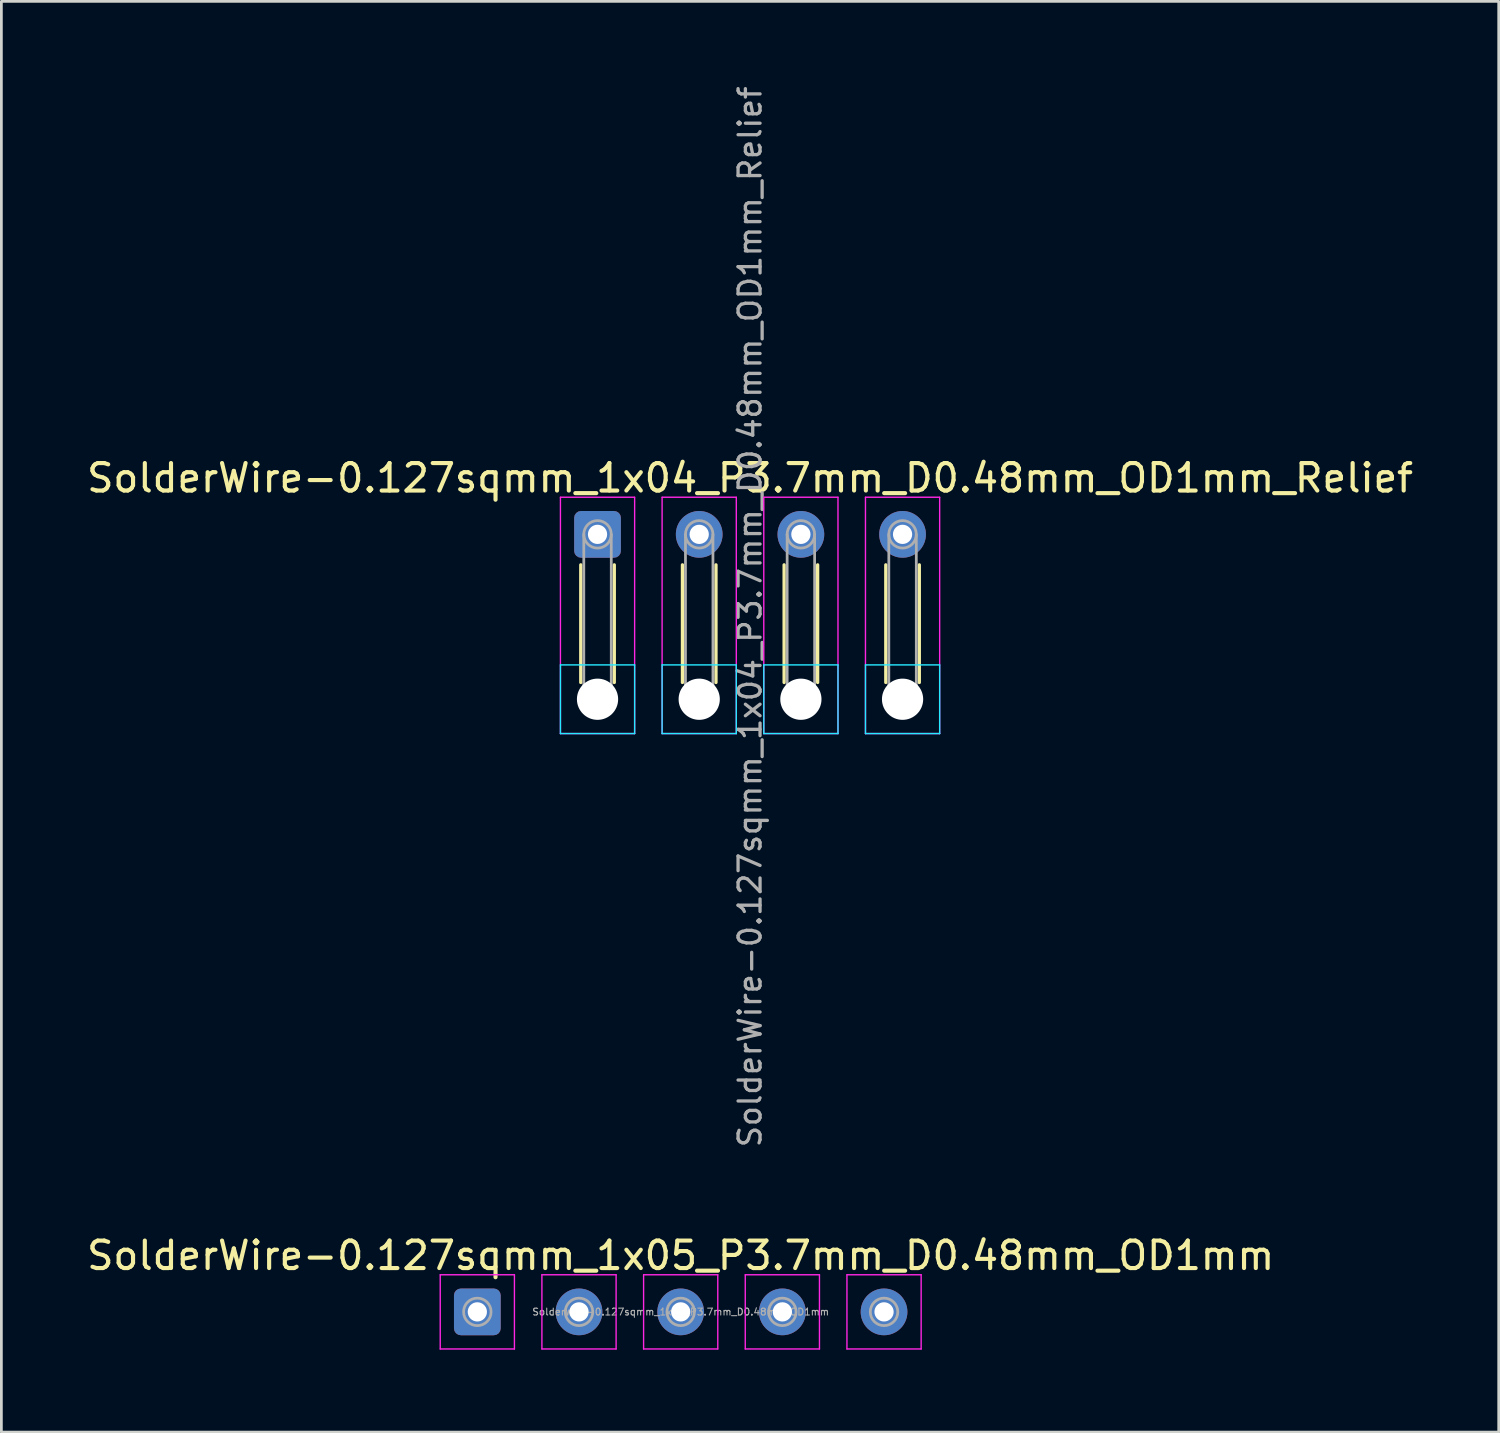
<source format=kicad_pcb>
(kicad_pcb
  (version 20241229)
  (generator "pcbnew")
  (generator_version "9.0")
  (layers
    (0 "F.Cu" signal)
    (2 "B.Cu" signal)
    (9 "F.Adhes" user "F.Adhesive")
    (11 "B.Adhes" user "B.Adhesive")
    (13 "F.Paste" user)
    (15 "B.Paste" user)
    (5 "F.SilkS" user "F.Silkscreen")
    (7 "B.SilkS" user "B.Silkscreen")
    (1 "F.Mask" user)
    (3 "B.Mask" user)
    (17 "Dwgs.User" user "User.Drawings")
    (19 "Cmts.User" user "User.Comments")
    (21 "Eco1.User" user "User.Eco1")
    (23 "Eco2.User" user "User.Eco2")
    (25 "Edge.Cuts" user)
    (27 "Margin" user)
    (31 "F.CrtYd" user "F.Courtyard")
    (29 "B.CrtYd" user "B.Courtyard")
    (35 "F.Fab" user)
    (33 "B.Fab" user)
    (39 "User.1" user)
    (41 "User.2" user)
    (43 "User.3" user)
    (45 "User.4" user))
  (footprint "SolderWire-0.127sqmm_1x04_P3.7mm_D0.48mm_OD1mm_Relief"
    (layer "F.Cu")
    (at 18.694 16.395)
    (property "Reference" "SolderWire-0.127sqmm_1x04_P3.7mm_D0.48mm_OD1mm_Relief" (at 5.55 -2.05 0) (layer "F.SilkS") (effects (font (size 1 1) (thickness 0.15))))
    (attr exclude_from_pos_files exclude_from_bom)
    (fp_line (start -0.61 1.11) (end -0.61 5.39) (stroke (width 0.12) (type solid)) (layer "F.SilkS"))
    (fp_line (start 0.61 1.11) (end 0.61 5.39) (stroke (width 0.12) (type solid)) (layer "F.SilkS"))
    (fp_line (start 3.09 1.11) (end 3.09 5.39) (stroke (width 0.12) (type solid)) (layer "F.SilkS"))
    (fp_line (start 4.31 1.11) (end 4.31 5.39) (stroke (width 0.12) (type solid)) (layer "F.SilkS"))
    (fp_line (start 6.79 1.11) (end 6.79 5.39) (stroke (width 0.12) (type solid)) (layer "F.SilkS"))
    (fp_line (start 8.01 1.11) (end 8.01 5.39) (stroke (width 0.12) (type solid)) (layer "F.SilkS"))
    (fp_line (start 10.49 1.11) (end 10.49 5.39) (stroke (width 0.12) (type solid)) (layer "F.SilkS"))
    (fp_line (start 11.71 1.11) (end 11.71 5.39) (stroke (width 0.12) (type solid)) (layer "F.SilkS"))
    (fp_line (start -1.35 4.75) (end -1.35 7.25) (stroke (width 0.05) (type solid)) (layer "B.CrtYd"))
    (fp_line (start -1.35 7.25) (end 1.35 7.25) (stroke (width 0.05) (type solid)) (layer "B.CrtYd"))
    (fp_line (start 1.35 4.75) (end -1.35 4.75) (stroke (width 0.05) (type solid)) (layer "B.CrtYd"))
    (fp_line (start 1.35 7.25) (end 1.35 4.75) (stroke (width 0.05) (type solid)) (layer "B.CrtYd"))
    (fp_line (start 2.35 4.75) (end 2.35 7.25) (stroke (width 0.05) (type solid)) (layer "B.CrtYd"))
    (fp_line (start 2.35 7.25) (end 5.05 7.25) (stroke (width 0.05) (type solid)) (layer "B.CrtYd"))
    (fp_line (start 5.05 4.75) (end 2.35 4.75) (stroke (width 0.05) (type solid)) (layer "B.CrtYd"))
    (fp_line (start 5.05 7.25) (end 5.05 4.75) (stroke (width 0.05) (type solid)) (layer "B.CrtYd"))
    (fp_line (start 6.05 4.75) (end 6.05 7.25) (stroke (width 0.05) (type solid)) (layer "B.CrtYd"))
    (fp_line (start 6.05 7.25) (end 8.75 7.25) (stroke (width 0.05) (type solid)) (layer "B.CrtYd"))
    (fp_line (start 8.75 4.75) (end 6.05 4.75) (stroke (width 0.05) (type solid)) (layer "B.CrtYd"))
    (fp_line (start 8.75 7.25) (end 8.75 4.75) (stroke (width 0.05) (type solid)) (layer "B.CrtYd"))
    (fp_line (start 9.75 4.75) (end 9.75 7.25) (stroke (width 0.05) (type solid)) (layer "B.CrtYd"))
    (fp_line (start 9.75 7.25) (end 12.45 7.25) (stroke (width 0.05) (type solid)) (layer "B.CrtYd"))
    (fp_line (start 12.45 4.75) (end 9.75 4.75) (stroke (width 0.05) (type solid)) (layer "B.CrtYd"))
    (fp_line (start 12.45 7.25) (end 12.45 4.75) (stroke (width 0.05) (type solid)) (layer "B.CrtYd"))
    (fp_line (start -1.35 -1.35) (end -1.35 7.25) (stroke (width 0.05) (type solid)) (layer "F.CrtYd"))
    (fp_line (start -1.35 7.25) (end 1.35 7.25) (stroke (width 0.05) (type solid)) (layer "F.CrtYd"))
    (fp_line (start 1.35 -1.35) (end -1.35 -1.35) (stroke (width 0.05) (type solid)) (layer "F.CrtYd"))
    (fp_line (start 1.35 7.25) (end 1.35 -1.35) (stroke (width 0.05) (type solid)) (layer "F.CrtYd"))
    (fp_line (start 2.35 -1.35) (end 2.35 7.25) (stroke (width 0.05) (type solid)) (layer "F.CrtYd"))
    (fp_line (start 2.35 7.25) (end 5.05 7.25) (stroke (width 0.05) (type solid)) (layer "F.CrtYd"))
    (fp_line (start 5.05 -1.35) (end 2.35 -1.35) (stroke (width 0.05) (type solid)) (layer "F.CrtYd"))
    (fp_line (start 5.05 7.25) (end 5.05 -1.35) (stroke (width 0.05) (type solid)) (layer "F.CrtYd"))
    (fp_line (start 6.05 -1.35) (end 6.05 7.25) (stroke (width 0.05) (type solid)) (layer "F.CrtYd"))
    (fp_line (start 6.05 7.25) (end 8.75 7.25) (stroke (width 0.05) (type solid)) (layer "F.CrtYd"))
    (fp_line (start 8.75 -1.35) (end 6.05 -1.35) (stroke (width 0.05) (type solid)) (layer "F.CrtYd"))
    (fp_line (start 8.75 7.25) (end 8.75 -1.35) (stroke (width 0.05) (type solid)) (layer "F.CrtYd"))
    (fp_line (start 9.75 -1.35) (end 9.75 7.25) (stroke (width 0.05) (type solid)) (layer "F.CrtYd"))
    (fp_line (start 9.75 7.25) (end 12.45 7.25) (stroke (width 0.05) (type solid)) (layer "F.CrtYd"))
    (fp_line (start 12.45 -1.35) (end 9.75 -1.35) (stroke (width 0.05) (type solid)) (layer "F.CrtYd"))
    (fp_line (start 12.45 7.25) (end 12.45 -1.35) (stroke (width 0.05) (type solid)) (layer "F.CrtYd"))
    (fp_line (start -0.5 0) (end -0.5 6) (stroke (width 0.1) (type solid)) (layer "F.Fab"))
    (fp_line (start 0.5 0) (end 0.5 6) (stroke (width 0.1) (type solid)) (layer "F.Fab"))
    (fp_line (start 3.2 0) (end 3.2 6) (stroke (width 0.1) (type solid)) (layer "F.Fab"))
    (fp_line (start 4.2 0) (end 4.2 6) (stroke (width 0.1) (type solid)) (layer "F.Fab"))
    (fp_line (start 6.9 0) (end 6.9 6) (stroke (width 0.1) (type solid)) (layer "F.Fab"))
    (fp_line (start 7.9 0) (end 7.9 6) (stroke (width 0.1) (type solid)) (layer "F.Fab"))
    (fp_line (start 10.6 0) (end 10.6 6) (stroke (width 0.1) (type solid)) (layer "F.Fab"))
    (fp_line (start 11.6 0) (end 11.6 6) (stroke (width 0.1) (type solid)) (layer "F.Fab"))
    (fp_circle (center 0 0) (end 0.5 0) (stroke (width 0.1) (type solid)) (fill no) (layer "F.Fab"))
    (fp_circle (center 0 6) (end 0.5 6) (stroke (width 0.1) (type solid)) (fill no) (layer "F.Fab"))
    (fp_circle (center 3.7 0) (end 4.2 0) (stroke (width 0.1) (type solid)) (fill no) (layer "F.Fab"))
    (fp_circle (center 3.7 6) (end 4.2 6) (stroke (width 0.1) (type solid)) (fill no) (layer "F.Fab"))
    (fp_circle (center 7.4 0) (end 7.9 0) (stroke (width 0.1) (type solid)) (fill no) (layer "F.Fab"))
    (fp_circle (center 7.4 6) (end 7.9 6) (stroke (width 0.1) (type solid)) (fill no) (layer "F.Fab"))
    (fp_circle (center 11.1 0) (end 11.6 0) (stroke (width 0.1) (type solid)) (fill no) (layer "F.Fab"))
    (fp_circle (center 11.1 6) (end 11.6 6) (stroke (width 0.1) (type solid)) (fill no) (layer "F.Fab"))
    (fp_text user "${REFERENCE}" (at 5.55 3 90) (layer "F.Fab") (effects (font (size 0.8 0.8) (thickness 0.12))))
    (pad "" np_thru_hole circle (at 0 6) (size 1.5 1.5) (drill 1.5) (layers "*.Cu" "*.Mask"))
    (pad "" np_thru_hole circle (at 3.7 6) (size 1.5 1.5) (drill 1.5) (layers "*.Cu" "*.Mask"))
    (pad "" np_thru_hole circle (at 7.4 6) (size 1.5 1.5) (drill 1.5) (layers "*.Cu" "*.Mask"))
    (pad "" np_thru_hole circle (at 11.1 6) (size 1.5 1.5) (drill 1.5) (layers "*.Cu" "*.Mask"))
    (pad "1" thru_hole roundrect (at 0 0) (size 1.7 1.7) (drill 0.7) (layers "*.Cu" "*.Mask") (roundrect_rratio 0.147))
    (pad "2" thru_hole circle (at 3.7 0) (size 1.7 1.7) (drill 0.7) (layers "*.Cu" "*.Mask"))
    (pad "3" thru_hole circle (at 7.4 0) (size 1.7 1.7) (drill 0.7) (layers "*.Cu" "*.Mask"))
    (pad "4" thru_hole circle (at 11.1 0) (size 1.7 1.7) (drill 0.7) (layers "*.Cu" "*.Mask")))
  (footprint "SolderWire-0.127sqmm_1x05_P3.7mm_D0.48mm_OD1mm"
    (layer "F.Cu")
    (at 14.32 44.689)
    (property "Reference" "SolderWire-0.127sqmm_1x05_P3.7mm_D0.48mm_OD1mm" (at 7.4 -2.05 0) (layer "F.SilkS") (effects (font (size 1 1) (thickness 0.15))))
    (attr exclude_from_pos_files exclude_from_bom)
    (fp_line (start -1.35 -1.35) (end -1.35 1.35) (stroke (width 0.05) (type solid)) (layer "F.CrtYd"))
    (fp_line (start -1.35 1.35) (end 1.35 1.35) (stroke (width 0.05) (type solid)) (layer "F.CrtYd"))
    (fp_line (start 1.35 -1.35) (end -1.35 -1.35) (stroke (width 0.05) (type solid)) (layer "F.CrtYd"))
    (fp_line (start 1.35 1.35) (end 1.35 -1.35) (stroke (width 0.05) (type solid)) (layer "F.CrtYd"))
    (fp_line (start 2.35 -1.35) (end 2.35 1.35) (stroke (width 0.05) (type solid)) (layer "F.CrtYd"))
    (fp_line (start 2.35 1.35) (end 5.05 1.35) (stroke (width 0.05) (type solid)) (layer "F.CrtYd"))
    (fp_line (start 5.05 -1.35) (end 2.35 -1.35) (stroke (width 0.05) (type solid)) (layer "F.CrtYd"))
    (fp_line (start 5.05 1.35) (end 5.05 -1.35) (stroke (width 0.05) (type solid)) (layer "F.CrtYd"))
    (fp_line (start 6.05 -1.35) (end 6.05 1.35) (stroke (width 0.05) (type solid)) (layer "F.CrtYd"))
    (fp_line (start 6.05 1.35) (end 8.75 1.35) (stroke (width 0.05) (type solid)) (layer "F.CrtYd"))
    (fp_line (start 8.75 -1.35) (end 6.05 -1.35) (stroke (width 0.05) (type solid)) (layer "F.CrtYd"))
    (fp_line (start 8.75 1.35) (end 8.75 -1.35) (stroke (width 0.05) (type solid)) (layer "F.CrtYd"))
    (fp_line (start 9.75 -1.35) (end 9.75 1.35) (stroke (width 0.05) (type solid)) (layer "F.CrtYd"))
    (fp_line (start 9.75 1.35) (end 12.45 1.35) (stroke (width 0.05) (type solid)) (layer "F.CrtYd"))
    (fp_line (start 12.45 -1.35) (end 9.75 -1.35) (stroke (width 0.05) (type solid)) (layer "F.CrtYd"))
    (fp_line (start 12.45 1.35) (end 12.45 -1.35) (stroke (width 0.05) (type solid)) (layer "F.CrtYd"))
    (fp_line (start 13.45 -1.35) (end 13.45 1.35) (stroke (width 0.05) (type solid)) (layer "F.CrtYd"))
    (fp_line (start 13.45 1.35) (end 16.15 1.35) (stroke (width 0.05) (type solid)) (layer "F.CrtYd"))
    (fp_line (start 16.15 -1.35) (end 13.45 -1.35) (stroke (width 0.05) (type solid)) (layer "F.CrtYd"))
    (fp_line (start 16.15 1.35) (end 16.15 -1.35) (stroke (width 0.05) (type solid)) (layer "F.CrtYd"))
    (fp_circle (center 0 0) (end 0.5 0) (stroke (width 0.1) (type solid)) (fill no) (layer "F.Fab"))
    (fp_circle (center 3.7 0) (end 4.2 0) (stroke (width 0.1) (type solid)) (fill no) (layer "F.Fab"))
    (fp_circle (center 7.4 0) (end 7.9 0) (stroke (width 0.1) (type solid)) (fill no) (layer "F.Fab"))
    (fp_circle (center 11.1 0) (end 11.6 0) (stroke (width 0.1) (type solid)) (fill no) (layer "F.Fab"))
    (fp_circle (center 14.8 0) (end 15.3 0) (stroke (width 0.1) (type solid)) (fill no) (layer "F.Fab"))
    (fp_text user "${REFERENCE}" (at 7.4 0 0) (layer "F.Fab") (effects (font (size 0.25 0.25) (thickness 0.04))))
    (pad "1" thru_hole roundrect (at 0 0) (size 1.7 1.7) (drill 0.7) (layers "*.Cu" "*.Mask") (roundrect_rratio 0.147))
    (pad "2" thru_hole circle (at 3.7 0) (size 1.7 1.7) (drill 0.7) (layers "*.Cu" "*.Mask"))
    (pad "3" thru_hole circle (at 7.4 0) (size 1.7 1.7) (drill 0.7) (layers "*.Cu" "*.Mask"))
    (pad "4" thru_hole circle (at 11.1 0) (size 1.7 1.7) (drill 0.7) (layers "*.Cu" "*.Mask"))
    (pad "5" thru_hole circle (at 14.8 0) (size 1.7 1.7) (drill 0.7) (layers "*.Cu" "*.Mask")))
  (gr_rect
    (start -3 -3)
    (end 51.488 49.064)
    (stroke (width 0.1) (type default))
    (fill no)
    (layer "Edge.Cuts")))
</source>
